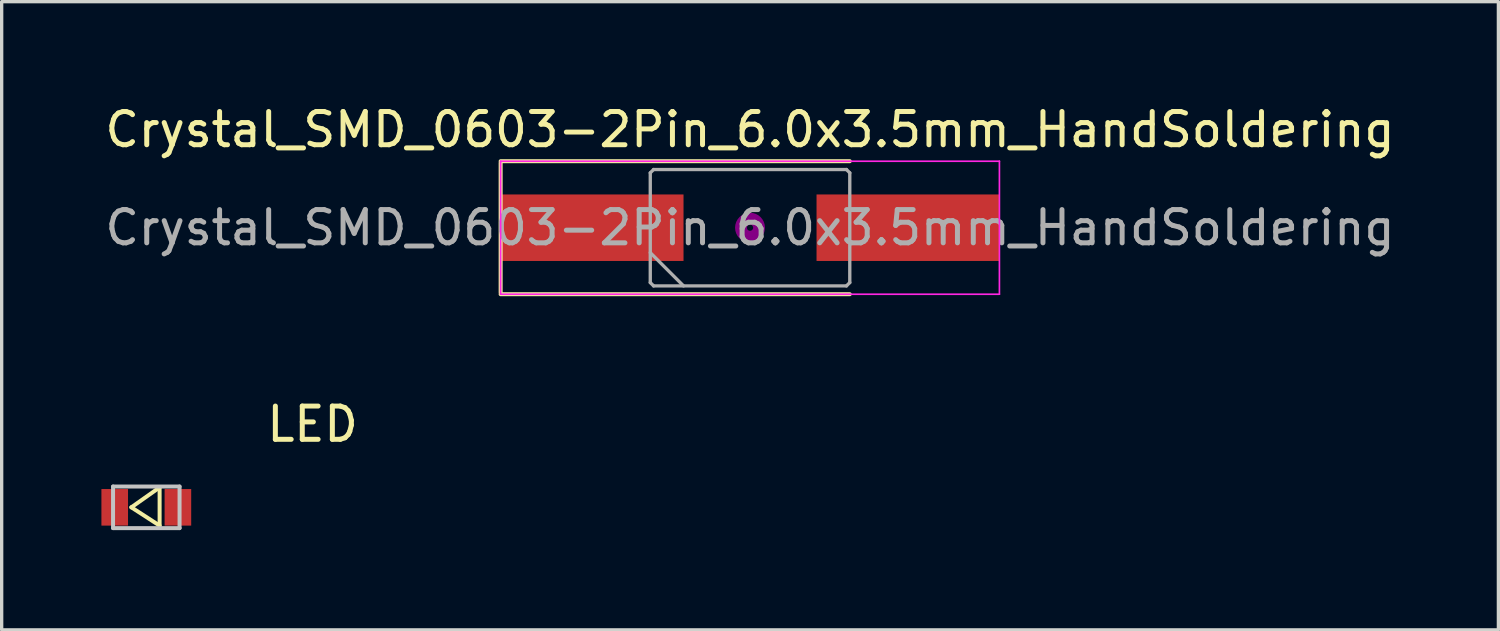
<source format=kicad_pcb>
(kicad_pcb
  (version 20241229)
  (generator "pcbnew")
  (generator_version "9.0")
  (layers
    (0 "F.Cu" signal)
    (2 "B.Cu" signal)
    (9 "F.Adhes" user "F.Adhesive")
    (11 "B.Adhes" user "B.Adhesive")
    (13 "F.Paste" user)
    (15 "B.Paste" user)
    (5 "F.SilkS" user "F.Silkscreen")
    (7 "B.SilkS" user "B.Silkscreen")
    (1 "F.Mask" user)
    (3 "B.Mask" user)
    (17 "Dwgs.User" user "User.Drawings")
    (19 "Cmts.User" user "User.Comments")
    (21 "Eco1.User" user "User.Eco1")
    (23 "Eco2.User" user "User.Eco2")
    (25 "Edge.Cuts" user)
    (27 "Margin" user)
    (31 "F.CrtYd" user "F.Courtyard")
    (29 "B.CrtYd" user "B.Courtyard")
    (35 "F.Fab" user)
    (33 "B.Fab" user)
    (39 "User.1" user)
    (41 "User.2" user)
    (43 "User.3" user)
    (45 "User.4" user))
  (footprint "Crystal_SMD_0603-2Pin_6.0x3.5mm_HandSoldering"
    (layer "F.Cu")
    (at 19.506 3.798)
    (property "Reference" "Crystal_SMD_0603-2Pin_6.0x3.5mm_HandSoldering" (at 0 -2.95 0) (layer "F.SilkS") (effects (font (size 1 1) (thickness 0.15))))
    (attr smd)
    (fp_line (start -7.5 -1.95) (end -7.5 1.95) (stroke (width 0.12) (type solid)) (layer "F.SilkS"))
    (fp_line (start -7.5 2) (end 3 2) (stroke (width 0.12) (type solid)) (layer "F.SilkS"))
    (fp_line (start 3 -2) (end -7.5 -2) (stroke (width 0.12) (type solid)) (layer "F.SilkS"))
    (fp_circle (center 0 0) (end 0.093 0) (stroke (width 0.187) (type solid)) (fill no) (layer "F.Adhes"))
    (fp_circle (center 0 0) (end 0.213 0) (stroke (width 0.133) (type solid)) (fill no) (layer "F.Adhes"))
    (fp_circle (center 0 0) (end 0.333 0) (stroke (width 0.133) (type solid)) (fill no) (layer "F.Adhes"))
    (fp_circle (center 0 0) (end 0.4 0) (stroke (width 0.1) (type solid)) (fill no) (layer "F.Adhes"))
    (fp_line (start -7.5 -2) (end -7.5 2) (stroke (width 0.05) (type solid)) (layer "F.CrtYd"))
    (fp_line (start -7.5 2) (end 7.5 2) (stroke (width 0.05) (type solid)) (layer "F.CrtYd"))
    (fp_line (start 7.5 -2) (end -7.5 -2) (stroke (width 0.05) (type solid)) (layer "F.CrtYd"))
    (fp_line (start 7.5 2) (end 7.5 -2) (stroke (width 0.05) (type solid)) (layer "F.CrtYd"))
    (fp_line (start -3 -1.65) (end -2.9 -1.75) (stroke (width 0.1) (type solid)) (layer "F.Fab"))
    (fp_line (start -3 0.75) (end -2 1.75) (stroke (width 0.1) (type solid)) (layer "F.Fab"))
    (fp_line (start -3 1.65) (end -3 -1.65) (stroke (width 0.1) (type solid)) (layer "F.Fab"))
    (fp_line (start -2.9 -1.75) (end 2.9 -1.75) (stroke (width 0.1) (type solid)) (layer "F.Fab"))
    (fp_line (start -2.9 1.75) (end -3 1.65) (stroke (width 0.1) (type solid)) (layer "F.Fab"))
    (fp_line (start 2.9 -1.75) (end 3 -1.65) (stroke (width 0.1) (type solid)) (layer "F.Fab"))
    (fp_line (start 2.9 1.75) (end -2.9 1.75) (stroke (width 0.1) (type solid)) (layer "F.Fab"))
    (fp_line (start 3 -1.65) (end 3 1.65) (stroke (width 0.1) (type solid)) (layer "F.Fab"))
    (fp_line (start 3 1.65) (end 2.9 1.75) (stroke (width 0.1) (type solid)) (layer "F.Fab"))
    (fp_text user "${REFERENCE}" (at 0 0 0) (layer "F.Fab") (effects (font (size 1 1) (thickness 0.15))))
    (pad "1" smd rect (at -4.75 0) (size 5.5 2) (layers "F.Cu" "F.Mask" "F.Paste"))
    (pad "2" smd rect (at 4.75 0) (size 5.5 2) (layers "F.Cu" "F.Mask" "F.Paste")))
  (footprint "LED"
    (layer "F.Cu")
    (at 1.35 12.207)
    (property "Reference" "LED" (at 5 -2.5 0) (layer "F.SilkS") (effects (font (size 1 1) (thickness 0.15))))
    (attr through_hole)
    (fp_line (start -0.45 0) (end 0.4 -0.6) (stroke (width 0.12) (type solid)) (layer "F.SilkS"))
    (fp_line (start 0.4 -0.6) (end 0.4 0.55) (stroke (width 0.12) (type solid)) (layer "F.SilkS"))
    (fp_line (start 0.4 0.55) (end -0.45 0) (stroke (width 0.12) (type solid)) (layer "F.SilkS"))
    (fp_line (start -1 -0.625) (end 1 -0.625) (stroke (width 0.12) (type solid)) (layer "Dwgs.User"))
    (fp_line (start -1 0.625) (end -1 -0.625) (stroke (width 0.12) (type solid)) (layer "Dwgs.User"))
    (fp_line (start 1 -0.625) (end 1 0.625) (stroke (width 0.12) (type solid)) (layer "Dwgs.User"))
    (fp_line (start 1 0.625) (end -1 0.625) (stroke (width 0.12) (type solid)) (layer "Dwgs.User"))
    (pad "1" smd rect (at -0.95 0) (size 0.8 1.1) (layers "F.Cu" "F.Mask" "F.Paste"))
    (pad "2" smd rect (at 0.95 0) (size 0.8 1.1) (layers "F.Cu" "F.Mask" "F.Paste")))
  (gr_rect
    (start -3 -3)
    (end 42.012 15.892)
    (stroke (width 0.1) (type default))
    (fill no)
    (layer "Edge.Cuts")))
</source>
